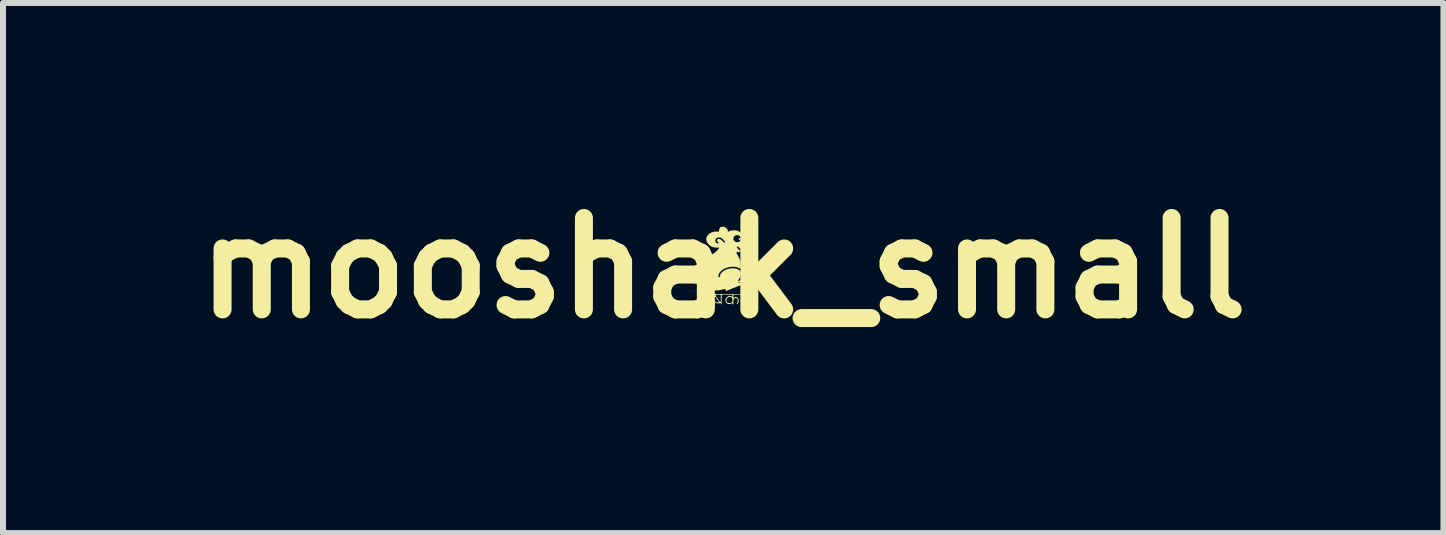
<source format=kicad_pcb>
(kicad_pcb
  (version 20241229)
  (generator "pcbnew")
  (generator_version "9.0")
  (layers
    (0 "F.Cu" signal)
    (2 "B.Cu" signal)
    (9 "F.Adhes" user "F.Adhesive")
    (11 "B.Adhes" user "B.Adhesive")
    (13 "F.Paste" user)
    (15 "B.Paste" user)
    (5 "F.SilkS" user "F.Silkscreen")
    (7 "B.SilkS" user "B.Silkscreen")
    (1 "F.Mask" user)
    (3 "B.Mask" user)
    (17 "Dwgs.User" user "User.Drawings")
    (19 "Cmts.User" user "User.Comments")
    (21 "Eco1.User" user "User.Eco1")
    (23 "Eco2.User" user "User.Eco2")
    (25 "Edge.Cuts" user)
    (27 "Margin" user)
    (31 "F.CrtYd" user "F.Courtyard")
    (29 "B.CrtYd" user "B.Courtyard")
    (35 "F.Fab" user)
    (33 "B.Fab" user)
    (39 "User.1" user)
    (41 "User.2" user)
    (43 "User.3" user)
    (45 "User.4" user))
  (footprint "mooshak_small"
    (layer "F.Cu")
    (at 9.006 1.418)
    (property "Reference" "mooshak_small" (at 0 0 0) (layer "F.SilkS") (effects (font (size 1.524 1.524) (thickness 0.3))))
    (attr board_only exclude_from_pos_files exclude_from_bom)
    (fp_poly (pts (xy -0.637 0.182) (xy -0.638 0.183) (xy -0.64 0.182) (xy -0.638 0.18)) (stroke (width 0) (type solid)) (fill yes) (layer "F.SilkS"))
    (fp_poly (pts (xy -0.627 0.355) (xy -0.628 0.357) (xy -0.63 0.355) (xy -0.628 0.353)) (stroke (width 0) (type solid)) (fill yes) (layer "F.SilkS"))
    (fp_poly (pts (xy -0.62 0.362) (xy -0.622 0.363) (xy -0.623 0.362) (xy -0.622 0.36)) (stroke (width 0) (type solid)) (fill yes) (layer "F.SilkS"))
    (fp_poly (pts (xy -0.597 0.378) (xy -0.598 0.38) (xy -0.6 0.378) (xy -0.598 0.377)) (stroke (width 0) (type solid)) (fill yes) (layer "F.SilkS"))
    (fp_poly (pts (xy -0.59 0.235) (xy -0.592 0.237) (xy -0.593 0.235) (xy -0.592 0.233)) (stroke (width 0) (type solid)) (fill yes) (layer "F.SilkS"))
    (fp_poly (pts (xy -0.58 0.288) (xy -0.582 0.29) (xy -0.583 0.288) (xy -0.582 0.287)) (stroke (width 0) (type solid)) (fill yes) (layer "F.SilkS"))
    (fp_poly (pts (xy -0.573 0.218) (xy -0.575 0.22) (xy -0.577 0.218) (xy -0.575 0.217)) (stroke (width 0) (type solid)) (fill yes) (layer "F.SilkS"))
    (fp_poly (pts (xy -0.557 0.305) (xy -0.558 0.307) (xy -0.56 0.305) (xy -0.558 0.303)) (stroke (width 0) (type solid)) (fill yes) (layer "F.SilkS"))
    (fp_poly (pts (xy -0.543 0.242) (xy -0.545 0.243) (xy -0.547 0.242) (xy -0.545 0.24)) (stroke (width 0) (type solid)) (fill yes) (layer "F.SilkS"))
    (fp_poly (pts (xy -0.527 0.218) (xy -0.528 0.22) (xy -0.53 0.218) (xy -0.528 0.217)) (stroke (width 0) (type solid)) (fill yes) (layer "F.SilkS"))
    (fp_poly (pts (xy -0.52 0.258) (xy -0.522 0.26) (xy -0.523 0.258) (xy -0.522 0.257)) (stroke (width 0) (type solid)) (fill yes) (layer "F.SilkS"))
    (fp_poly (pts (xy -0.49 0.292) (xy -0.492 0.293) (xy -0.493 0.292) (xy -0.492 0.29)) (stroke (width 0) (type solid)) (fill yes) (layer "F.SilkS"))
    (fp_poly (pts (xy -0.49 0.392) (xy -0.492 0.393) (xy -0.493 0.392) (xy -0.492 0.39)) (stroke (width 0) (type solid)) (fill yes) (layer "F.SilkS"))
    (fp_poly (pts (xy -0.483 0.182) (xy -0.485 0.183) (xy -0.487 0.182) (xy -0.485 0.18)) (stroke (width 0) (type solid)) (fill yes) (layer "F.SilkS"))
    (fp_poly (pts (xy -0.483 0.288) (xy -0.485 0.29) (xy -0.487 0.288) (xy -0.485 0.287)) (stroke (width 0) (type solid)) (fill yes) (layer "F.SilkS"))
    (fp_poly (pts (xy -0.467 0.385) (xy -0.468 0.387) (xy -0.47 0.385) (xy -0.468 0.383)) (stroke (width 0) (type solid)) (fill yes) (layer "F.SilkS"))
    (fp_poly (pts (xy -0.423 0.362) (xy -0.425 0.363) (xy -0.427 0.362) (xy -0.425 0.36)) (stroke (width 0) (type solid)) (fill yes) (layer "F.SilkS"))
    (fp_poly (pts (xy -0.383 0.318) (xy -0.385 0.32) (xy -0.387 0.318) (xy -0.385 0.317)) (stroke (width 0) (type solid)) (fill yes) (layer "F.SilkS"))
    (fp_poly (pts (xy -0.671 0.259) (xy -0.671 0.265) (xy -0.671 0.266) (xy -0.673 0.265) (xy -0.673 0.261) (xy -0.672 0.258)) (stroke (width 0) (type solid)) (fill yes) (layer "F.SilkS"))
    (fp_poly (pts (xy -0.668 0.236) (xy -0.667 0.241) (xy -0.668 0.242) (xy -0.67 0.241) (xy -0.67 0.238) (xy -0.669 0.235)) (stroke (width 0) (type solid)) (fill yes) (layer "F.SilkS"))
    (fp_poly (pts (xy -0.668 0.283) (xy -0.667 0.288) (xy -0.668 0.289) (xy -0.67 0.288) (xy -0.67 0.285) (xy -0.669 0.281)) (stroke (width 0) (type solid)) (fill yes) (layer "F.SilkS"))
    (fp_poly (pts (xy -0.614 0.164) (xy -0.615 0.166) (xy -0.617 0.167) (xy -0.619 0.165) (xy -0.619 0.164) (xy -0.615 0.164)) (stroke (width 0) (type solid)) (fill yes) (layer "F.SilkS"))
    (fp_poly (pts (xy -0.518 0.248) (xy -0.517 0.252) (xy -0.518 0.252) (xy -0.52 0.252) (xy -0.52 0.25) (xy -0.519 0.247)) (stroke (width 0) (type solid)) (fill yes) (layer "F.SilkS"))
    (fp_poly (pts (xy -0.501 0.164) (xy -0.502 0.166) (xy -0.503 0.167) (xy -0.506 0.165) (xy -0.506 0.164) (xy -0.502 0.164)) (stroke (width 0) (type solid)) (fill yes) (layer "F.SilkS"))
    (fp_poly (pts (xy -0.491 0.171) (xy -0.491 0.175) (xy -0.491 0.176) (xy -0.493 0.175) (xy -0.493 0.173) (xy -0.492 0.171)) (stroke (width 0) (type solid)) (fill yes) (layer "F.SilkS"))
    (fp_poly (pts (xy -0.478 0.388) (xy -0.478 0.39) (xy -0.48 0.39) (xy -0.483 0.389) (xy -0.482 0.388) (xy -0.478 0.387)) (stroke (width 0) (type solid)) (fill yes) (layer "F.SilkS"))
    (fp_poly (pts (xy -0.474 0.191) (xy -0.474 0.195) (xy -0.474 0.196) (xy -0.476 0.195) (xy -0.477 0.193) (xy -0.475 0.191)) (stroke (width 0) (type solid)) (fill yes) (layer "F.SilkS"))
    (fp_poly (pts (xy -0.468 0.203) (xy -0.467 0.209) (xy -0.468 0.211) (xy -0.469 0.211) (xy -0.469 0.207) (xy -0.469 0.202)) (stroke (width 0) (type solid)) (fill yes) (layer "F.SilkS"))
    (fp_poly (pts (xy -0.468 0.259) (xy -0.467 0.266) (xy -0.468 0.268) (xy -0.469 0.268) (xy -0.469 0.263) (xy -0.469 0.259)) (stroke (width 0) (type solid)) (fill yes) (layer "F.SilkS"))
    (fp_poly (pts (xy -0.464 0.248) (xy -0.464 0.252) (xy -0.464 0.252) (xy -0.466 0.252) (xy -0.467 0.25) (xy -0.465 0.247)) (stroke (width 0) (type solid)) (fill yes) (layer "F.SilkS"))
    (fp_poly (pts (xy -0.464 0.223) (xy -0.464 0.228) (xy -0.465 0.229) (xy -0.466 0.228) (xy -0.466 0.225) (xy -0.466 0.221)) (stroke (width 0) (type solid)) (fill yes) (layer "F.SilkS"))
    (fp_poly (pts (xy -0.438 0.371) (xy -0.438 0.373) (xy -0.44 0.373) (xy -0.443 0.372) (xy -0.442 0.371) (xy -0.438 0.371)) (stroke (width 0) (type solid)) (fill yes) (layer "F.SilkS"))
    (fp_poly (pts (xy -0.401 0.341) (xy -0.402 0.343) (xy -0.403 0.343) (xy -0.406 0.342) (xy -0.406 0.341) (xy -0.402 0.341)) (stroke (width 0) (type solid)) (fill yes) (layer "F.SilkS"))
    (fp_poly (pts (xy -0.388 0.324) (xy -0.387 0.328) (xy -0.388 0.329) (xy -0.39 0.328) (xy -0.39 0.327) (xy -0.389 0.324)) (stroke (width 0) (type solid)) (fill yes) (layer "F.SilkS"))
    (fp_poly (pts (xy -0.663 0.302) (xy -0.663 0.302) (xy -0.66 0.307) (xy -0.661 0.308) (xy -0.663 0.307) (xy -0.665 0.304) (xy -0.666 0.3)) (stroke (width 0) (type solid)) (fill yes) (layer "F.SilkS"))
    (fp_poly (pts (xy -0.653 0.321) (xy -0.651 0.327) (xy -0.651 0.329) (xy -0.653 0.328) (xy -0.655 0.325) (xy -0.656 0.319) (xy -0.656 0.317)) (stroke (width 0) (type solid)) (fill yes) (layer "F.SilkS"))
    (fp_poly (pts (xy -0.651 0.198) (xy -0.653 0.201) (xy -0.656 0.203) (xy -0.655 0.2) (xy -0.655 0.199) (xy -0.652 0.195) (xy -0.651 0.195)) (stroke (width 0) (type solid)) (fill yes) (layer "F.SilkS"))
    (fp_poly (pts (xy -0.641 0.341) (xy -0.637 0.344) (xy -0.637 0.345) (xy -0.638 0.347) (xy -0.642 0.344) (xy -0.642 0.343) (xy -0.642 0.341)) (stroke (width 0) (type solid)) (fill yes) (layer "F.SilkS"))
    (fp_poly (pts (xy -0.609 0.369) (xy -0.608 0.37) (xy -0.607 0.373) (xy -0.61 0.372) (xy -0.613 0.37) (xy -0.616 0.367) (xy -0.614 0.367)) (stroke (width 0) (type solid)) (fill yes) (layer "F.SilkS"))
    (fp_poly (pts (xy -0.59 0.272) (xy -0.589 0.275) (xy -0.588 0.28) (xy -0.59 0.279) (xy -0.592 0.276) (xy -0.593 0.272) (xy -0.592 0.271)) (stroke (width 0) (type solid)) (fill yes) (layer "F.SilkS"))
    (fp_poly (pts (xy -0.574 0.295) (xy -0.57 0.298) (xy -0.571 0.3) (xy -0.571 0.3) (xy -0.574 0.298) (xy -0.575 0.296) (xy -0.576 0.294)) (stroke (width 0) (type solid)) (fill yes) (layer "F.SilkS"))
    (fp_poly (pts (xy -0.515 0.155) (xy -0.51 0.158) (xy -0.511 0.16) (xy -0.513 0.16) (xy -0.518 0.158) (xy -0.518 0.157) (xy -0.518 0.155)) (stroke (width 0) (type solid)) (fill yes) (layer "F.SilkS"))
    (fp_poly (pts (xy -0.452 0.377) (xy -0.453 0.38) (xy -0.456 0.382) (xy -0.46 0.383) (xy -0.458 0.38) (xy -0.458 0.38) (xy -0.453 0.377)) (stroke (width 0) (type solid)) (fill yes) (layer "F.SilkS"))
    (fp_poly (pts (xy -0.625 0.17) (xy -0.625 0.171) (xy -0.628 0.175) (xy -0.632 0.177) (xy -0.633 0.175) (xy -0.631 0.173) (xy -0.628 0.17) (xy -0.625 0.168)) (stroke (width 0) (type solid)) (fill yes) (layer "F.SilkS"))
    (fp_poly (pts (xy -0.591 0.155) (xy -0.595 0.157) (xy -0.602 0.159) (xy -0.606 0.16) (xy -0.605 0.158) (xy -0.603 0.157) (xy -0.596 0.154) (xy -0.593 0.154)) (stroke (width 0) (type solid)) (fill yes) (layer "F.SilkS"))
    (fp_poly (pts (xy -0.581 0.222) (xy -0.583 0.224) (xy -0.588 0.229) (xy -0.59 0.229) (xy -0.59 0.229) (xy -0.588 0.226) (xy -0.584 0.223) (xy -0.58 0.22)) (stroke (width 0) (type solid)) (fill yes) (layer "F.SilkS"))
    (fp_poly (pts (xy -0.574 0.386) (xy -0.572 0.387) (xy -0.568 0.389) (xy -0.57 0.39) (xy -0.577 0.388) (xy -0.58 0.387) (xy -0.583 0.384) (xy -0.58 0.384)) (stroke (width 0) (type solid)) (fill yes) (layer "F.SilkS"))
    (fp_poly (pts (xy -0.551 0.242) (xy -0.552 0.243) (xy -0.555 0.247) (xy -0.555 0.247) (xy -0.556 0.245) (xy -0.555 0.243) (xy -0.552 0.24) (xy -0.551 0.24)) (stroke (width 0) (type solid)) (fill yes) (layer "F.SilkS"))
    (fp_poly (pts (xy -0.519 0.395) (xy -0.519 0.396) (xy -0.524 0.396) (xy -0.525 0.396) (xy -0.53 0.396) (xy -0.53 0.395) (xy -0.529 0.394) (xy -0.522 0.394)) (stroke (width 0) (type solid)) (fill yes) (layer "F.SilkS"))
    (fp_poly (pts (xy -0.474 0.275) (xy -0.473 0.276) (xy -0.476 0.281) (xy -0.477 0.282) (xy -0.48 0.282) (xy -0.48 0.28) (xy -0.478 0.276) (xy -0.477 0.275)) (stroke (width 0) (type solid)) (fill yes) (layer "F.SilkS"))
    (fp_poly (pts (xy -0.411 0.352) (xy -0.412 0.353) (xy -0.415 0.357) (xy -0.415 0.357) (xy -0.416 0.355) (xy -0.415 0.353) (xy -0.412 0.35) (xy -0.411 0.35)) (stroke (width 0) (type solid)) (fill yes) (layer "F.SilkS"))
    (fp_poly (pts (xy -0.393 0.333) (xy -0.393 0.333) (xy -0.396 0.337) (xy -0.397 0.337) (xy -0.399 0.335) (xy -0.398 0.333) (xy -0.395 0.33) (xy -0.395 0.33)) (stroke (width 0) (type solid)) (fill yes) (layer "F.SilkS"))
    (fp_poly (pts (xy -0.658 0.209) (xy -0.66 0.214) (xy -0.66 0.216) (xy -0.663 0.223) (xy -0.666 0.227) (xy -0.666 0.225) (xy -0.665 0.219) (xy -0.662 0.212) (xy -0.66 0.208)) (stroke (width 0) (type solid)) (fill yes) (layer "F.SilkS"))
    (fp_poly (pts (xy -0.522 0.225) (xy -0.52 0.228) (xy -0.518 0.234) (xy -0.518 0.238) (xy -0.519 0.24) (xy -0.52 0.238) (xy -0.521 0.231) (xy -0.522 0.228) (xy -0.523 0.224)) (stroke (width 0) (type solid)) (fill yes) (layer "F.SilkS"))
    (fp_poly (pts (xy -0.37 0.295) (xy -0.372 0.3) (xy -0.375 0.307) (xy -0.378 0.312) (xy -0.38 0.312) (xy -0.38 0.312) (xy -0.378 0.307) (xy -0.375 0.3) (xy -0.372 0.295) (xy -0.37 0.295)) (stroke (width 0) (type solid)) (fill yes) (layer "F.SilkS"))
    (fp_poly (pts (xy -0.548 0.148) (xy -0.548 0.148) (xy -0.544 0.148) (xy -0.547 0.149) (xy -0.555 0.149) (xy -0.558 0.149) (xy -0.568 0.149) (xy -0.573 0.148) (xy -0.572 0.148) (xy -0.571 0.148) (xy -0.56 0.147)) (stroke (width 0) (type solid)) (fill yes) (layer "F.SilkS"))
    (fp_poly (pts (xy -0.544 0.207) (xy -0.539 0.209) (xy -0.539 0.209) (xy -0.54 0.211) (xy -0.547 0.212) (xy -0.548 0.212) (xy -0.556 0.211) (xy -0.56 0.209) (xy -0.56 0.209) (xy -0.557 0.207) (xy -0.551 0.207)) (stroke (width 0) (type solid)) (fill yes) (layer "F.SilkS"))
    (fp_poly (pts (xy -0.529 0.262) (xy -0.53 0.263) (xy -0.535 0.265) (xy -0.541 0.266) (xy -0.547 0.267) (xy -0.55 0.266) (xy -0.55 0.266) (xy -0.546 0.264) (xy -0.538 0.262) (xy -0.537 0.262) (xy -0.53 0.261)) (stroke (width 0) (type solid)) (fill yes) (layer "F.SilkS"))
    (fp_poly (pts (xy -0.51 0.304) (xy -0.512 0.305) (xy -0.522 0.308) (xy -0.534 0.309) (xy -0.535 0.309) (xy -0.542 0.309) (xy -0.544 0.309) (xy -0.54 0.308) (xy -0.532 0.307) (xy -0.521 0.305) (xy -0.511 0.303) (xy -0.508 0.302) (xy -0.506 0.302)) (stroke (width 0) (type solid)) (fill yes) (layer "F.SilkS"))
    (fp_poly (pts (xy 0.282 -0.495) (xy 0.285 -0.491) (xy 0.287 -0.484) (xy 0.286 -0.478) (xy 0.284 -0.474) (xy 0.277 -0.468) (xy 0.269 -0.467) (xy 0.264 -0.471) (xy 0.261 -0.477) (xy 0.26 -0.483) (xy 0.262 -0.493) (xy 0.268 -0.499) (xy 0.275 -0.5)) (stroke (width 0) (type solid)) (fill yes) (layer "F.SilkS"))
    (fp_poly (pts (xy -0.226 0.432) (xy -0.182 0.432) (xy -0.132 0.432) (xy -0.075 0.433) (xy -0.073 0.433) (xy -0.024 0.433) (xy 0.023 0.433) (xy 0.067 0.433) (xy 0.109 0.433) (xy 0.147 0.433) (xy 0.182 0.434) (xy 0.213 0.434) (xy 0.24 0.434) (xy 0.262 0.434) (xy 0.278 0.435) (xy 0.288 0.435) (xy 0.293 0.435) (xy 0.293 0.435) (xy 0.295 0.438) (xy 0.295 0.44) (xy 0.291 0.441) (xy 0.281 0.442) (xy 0.265 0.443) (xy 0.245 0.443) (xy 0.233 0.443) (xy 0.21 0.444) (xy 0.193 0.444) (xy 0.182 0.445) (xy 0.175 0.446) (xy 0.172 0.447) (xy 0.172 0.448) (xy 0.17 0.456) (xy 0.169 0.467) (xy 0.168 0.479) (xy 0.169 0.488) (xy 0.17 0.493) (xy 0.172 0.496) (xy 0.176 0.496) (xy 0.183 0.492) (xy 0.192 0.487) (xy 0.201 0.482) (xy 0.21 0.481) (xy 0.221 0.483) (xy 0.227 0.485) (xy 0.24 0.494) (xy 0.25 0.508) (xy 0.256 0.525) (xy 0.258 0.544) (xy 0.255 0.565) (xy 0.247 0.586) (xy 0.246 0.589) (xy 0.241 0.598) (xy 0.236 0.602) (xy 0.232 0.603) (xy 0.227 0.6) (xy 0.226 0.594) (xy 0.228 0.587) (xy 0.229 0.584) (xy 0.234 0.577) (xy 0.238 0.565) (xy 0.24 0.549) (xy 0.239 0.537) (xy 0.238 0.524) (xy 0.237 0.516) (xy 0.234 0.51) (xy 0.229 0.505) (xy 0.217 0.498) (xy 0.205 0.498) (xy 0.193 0.503) (xy 0.184 0.512) (xy 0.177 0.521) (xy 0.173 0.532) (xy 0.17 0.548) (xy 0.17 0.568) (xy 0.17 0.57) (xy 0.169 0.587) (xy 0.169 0.598) (xy 0.167 0.605) (xy 0.165 0.608) (xy 0.165 0.608) (xy 0.159 0.607) (xy 0.154 0.6) (xy 0.152 0.593) (xy 0.15 0.583) (xy 0.133 0.592) (xy 0.115 0.598) (xy 0.099 0.6) (xy 0.082 0.599) (xy 0.07 0.596) (xy 0.061 0.589) (xy 0.057 0.585) (xy 0.047 0.576) (xy 0.042 0.568) (xy 0.039 0.559) (xy 0.038 0.547) (xy 0.037 0.545) (xy 0.037 0.538) (xy 0.053 0.538) (xy 0.054 0.553) (xy 0.057 0.561) (xy 0.066 0.573) (xy 0.078 0.58) (xy 0.093 0.583) (xy 0.099 0.583) (xy 0.112 0.583) (xy 0.125 0.58) (xy 0.131 0.579) (xy 0.141 0.574) (xy 0.147 0.569) (xy 0.151 0.561) (xy 0.153 0.551) (xy 0.153 0.535) (xy 0.153 0.533) (xy 0.153 0.518) (xy 0.152 0.507) (xy 0.151 0.505) (xy 0.173 0.505) (xy 0.175 0.507) (xy 0.177 0.505) (xy 0.175 0.503) (xy 0.173 0.505) (xy 0.151 0.505) (xy 0.148 0.499) (xy 0.142 0.494) (xy 0.132 0.488) (xy 0.13 0.487) (xy 0.112 0.481) (xy 0.095 0.482) (xy 0.08 0.489) (xy 0.066 0.501) (xy 0.061 0.51) (xy 0.056 0.523) (xy 0.053 0.538) (xy 0.037 0.538) (xy 0.037 0.532) (xy 0.038 0.521) (xy 0.042 0.511) (xy 0.044 0.509) (xy 0.055 0.491) (xy 0.07 0.477) (xy 0.086 0.468) (xy 0.103 0.464) (xy 0.12 0.465) (xy 0.136 0.472) (xy 0.146 0.477) (xy 0.152 0.476) (xy 0.155 0.47) (xy 0.155 0.458) (xy 0.155 0.457) (xy 0.152 0.443) (xy 0.065 0.443) (xy 0.041 0.443) (xy 0.02 0.444) (xy 0.002 0.444) (xy -0.012 0.445) (xy -0.021 0.446) (xy -0.025 0.446) (xy -0.025 0.45) (xy -0.026 0.46) (xy -0.026 0.474) (xy -0.026 0.493) (xy -0.027 0.514) (xy -0.027 0.528) (xy -0.027 0.553) (xy -0.027 0.572) (xy -0.027 0.586) (xy -0.028 0.595) (xy -0.029 0.602) (xy -0.03 0.605) (xy -0.031 0.606) (xy -0.033 0.607) (xy -0.034 0.607) (xy -0.039 0.604) (xy -0.041 0.595) (xy -0.04 0.587) (xy -0.042 0.585) (xy -0.048 0.584) (xy -0.06 0.586) (xy -0.075 0.59) (xy -0.086 0.591) (xy -0.098 0.591) (xy -0.109 0.588) (xy -0.128 0.58) (xy -0.144 0.567) (xy -0.157 0.549) (xy -0.162 0.535) (xy -0.164 0.525) (xy -0.165 0.516) (xy -0.165 0.513) (xy -0.147 0.513) (xy -0.145 0.534) (xy -0.137 0.552) (xy -0.125 0.565) (xy -0.115 0.57) (xy -0.102 0.575) (xy -0.09 0.576) (xy -0.079 0.575) (xy -0.074 0.572) (xy -0.072 0.566) (xy -0.073 0.56) (xy -0.076 0.557) (xy -0.077 0.557) (xy -0.08 0.554) (xy -0.08 0.552) (xy -0.081 0.547) (xy -0.083 0.546) (xy -0.085 0.543) (xy -0.091 0.536) (xy -0.099 0.525) (xy -0.108 0.512) (xy -0.108 0.511) (xy -0.117 0.498) (xy -0.125 0.487) (xy -0.132 0.48) (xy -0.135 0.477) (xy -0.135 0.477) (xy -0.139 0.48) (xy -0.143 0.488) (xy -0.146 0.498) (xy -0.147 0.51) (xy -0.147 0.513) (xy -0.165 0.513) (xy -0.164 0.507) (xy -0.162 0.495) (xy -0.158 0.483) (xy -0.155 0.472) (xy -0.152 0.466) (xy -0.148 0.457) (xy -0.126 0.457) (xy -0.123 0.464) (xy -0.117 0.474) (xy -0.112 0.482) (xy -0.103 0.494) (xy -0.093 0.509) (xy -0.083 0.525) (xy -0.078 0.533) (xy -0.067 0.548) (xy -0.059 0.558) (xy -0.053 0.563) (xy -0.048 0.563) (xy -0.044 0.558) (xy -0.044 0.557) (xy -0.042 0.552) (xy -0.041 0.541) (xy -0.041 0.527) (xy -0.041 0.511) (xy -0.041 0.494) (xy -0.041 0.478) (xy -0.042 0.463) (xy -0.043 0.453) (xy -0.044 0.447) (xy -0.045 0.446) (xy -0.05 0.444) (xy -0.061 0.444) (xy -0.075 0.443) (xy -0.089 0.444) (xy -0.103 0.445) (xy -0.114 0.446) (xy -0.12 0.448) (xy -0.121 0.448) (xy -0.125 0.452) (xy -0.126 0.457) (xy -0.148 0.457) (xy -0.148 0.457) (xy -0.147 0.451) (xy -0.147 0.448) (xy -0.149 0.445) (xy -0.153 0.444) (xy -0.16 0.444) (xy -0.173 0.443) (xy -0.183 0.443) (xy -0.198 0.444) (xy -0.211 0.444) (xy -0.22 0.445) (xy -0.224 0.445) (xy -0.225 0.447) (xy -0.226 0.451) (xy -0.227 0.46) (xy -0.228 0.472) (xy -0.228 0.489) (xy -0.228 0.512) (xy -0.228 0.526) (xy -0.228 0.555) (xy -0.228 0.579) (xy -0.228 0.595) (xy -0.229 0.606) (xy -0.231 0.609) (xy -0.232 0.613) (xy -0.228 0.616) (xy -0.2 0.628) (xy -0.177 0.646) (xy -0.158 0.669) (xy -0.156 0.673) (xy -0.15 0.683) (xy -0.147 0.689) (xy -0.149 0.692) (xy -0.154 0.694) (xy -0.154 0.695) (xy -0.163 0.695) (xy -0.166 0.691) (xy -0.167 0.689) (xy -0.168 0.684) (xy -0.169 0.683) (xy -0.172 0.68) (xy -0.178 0.673) (xy -0.184 0.667) (xy -0.185 0.665) (xy -0.177 0.665) (xy -0.175 0.667) (xy -0.173 0.665) (xy -0.175 0.663) (xy -0.177 0.665) (xy -0.185 0.665) (xy -0.199 0.652) (xy -0.216 0.641) (xy -0.234 0.634) (xy -0.247 0.632) (xy -0.261 0.634) (xy -0.272 0.637) (xy -0.279 0.643) (xy -0.28 0.647) (xy -0.282 0.654) (xy -0.284 0.657) (xy -0.287 0.66) (xy -0.284 0.662) (xy -0.281 0.667) (xy -0.28 0.67) (xy -0.277 0.678) (xy -0.271 0.682) (xy -0.261 0.683) (xy -0.251 0.678) (xy -0.25 0.678) (xy -0.244 0.675) (xy -0.241 0.675) (xy -0.24 0.677) (xy -0.237 0.685) (xy -0.24 0.692) (xy -0.244 0.695) (xy -0.256 0.7) (xy -0.271 0.698) (xy -0.279 0.695) (xy -0.29 0.686) (xy -0.297 0.674) (xy -0.3 0.66) (xy -0.297 0.646) (xy -0.29 0.633) (xy -0.279 0.624) (xy -0.268 0.62) (xy -0.257 0.617) (xy -0.245 0.615) (xy -0.245 0.525) (xy -0.263 0.522) (xy -0.277 0.521) (xy -0.287 0.522) (xy -0.292 0.528) (xy -0.295 0.537) (xy -0.295 0.54) (xy -0.299 0.561) (xy -0.308 0.578) (xy -0.32 0.591) (xy -0.337 0.598) (xy -0.352 0.6) (xy -0.368 0.598) (xy -0.382 0.591) (xy -0.392 0.58) (xy -0.396 0.569) (xy -0.375 0.569) (xy -0.371 0.577) (xy -0.362 0.582) (xy -0.351 0.583) (xy -0.34 0.583) (xy -0.333 0.579) (xy -0.326 0.573) (xy -0.318 0.561) (xy -0.313 0.547) (xy -0.31 0.533) (xy -0.311 0.529) (xy -0.314 0.523) (xy -0.321 0.52) (xy -0.331 0.521) (xy -0.342 0.525) (xy -0.353 0.531) (xy -0.363 0.54) (xy -0.37 0.549) (xy -0.373 0.556) (xy -0.375 0.569) (xy -0.396 0.569) (xy -0.396 0.567) (xy -0.397 0.563) (xy -0.395 0.553) (xy -0.39 0.542) (xy -0.383 0.531) (xy -0.375 0.522) (xy -0.367 0.516) (xy -0.361 0.515) (xy -0.361 0.515) (xy -0.358 0.515) (xy -0.358 0.514) (xy -0.356 0.511) (xy -0.35 0.508) (xy -0.341 0.506) (xy -0.332 0.504) (xy -0.327 0.503) (xy -0.318 0.502) (xy -0.314 0.5) (xy -0.311 0.498) (xy -0.309 0.495) (xy -0.31 0.489) (xy -0.312 0.478) (xy -0.313 0.474) (xy -0.316 0.462) (xy -0.318 0.455) (xy -0.301 0.455) (xy -0.3 0.465) (xy -0.297 0.478) (xy -0.294 0.491) (xy -0.291 0.498) (xy -0.288 0.501) (xy -0.283 0.503) (xy -0.28 0.504) (xy -0.268 0.505) (xy -0.257 0.506) (xy -0.245 0.505) (xy -0.245 0.445) (xy -0.273 0.445) (xy -0.287 0.445) (xy -0.296 0.446) (xy -0.3 0.449) (xy -0.301 0.455) (xy -0.318 0.455) (xy -0.319 0.453) (xy -0.321 0.448) (xy -0.324 0.446) (xy -0.332 0.445) (xy -0.345 0.444) (xy -0.364 0.443) (xy -0.379 0.443) (xy -0.399 0.443) (xy -0.414 0.443) (xy -0.423 0.443) (xy -0.429 0.442) (xy -0.432 0.44) (xy -0.433 0.438) (xy -0.433 0.438) (xy -0.433 0.437) (xy -0.432 0.436) (xy -0.43 0.435) (xy -0.426 0.434) (xy -0.421 0.434) (xy -0.413 0.433) (xy -0.403 0.433) (xy -0.389 0.433) (xy -0.373 0.433) (xy -0.352 0.432) (xy -0.328 0.432) (xy -0.299 0.432) (xy -0.265 0.432)) (stroke (width 0) (type solid)) (fill yes) (layer "F.SilkS"))
    (fp_poly (pts (xy 0.018 -0.685) (xy 0.028 -0.68) (xy 0.049 -0.667) (xy 0.064 -0.652) (xy 0.073 -0.637) (xy 0.076 -0.619) (xy 0.077 -0.614) (xy 0.077 -0.606) (xy 0.08 -0.604) (xy 0.087 -0.607) (xy 0.088 -0.608) (xy 0.094 -0.612) (xy 0.105 -0.616) (xy 0.116 -0.621) (xy 0.132 -0.625) (xy 0.152 -0.627) (xy 0.174 -0.629) (xy 0.195 -0.629) (xy 0.215 -0.627) (xy 0.232 -0.625) (xy 0.24 -0.622) (xy 0.265 -0.609) (xy 0.289 -0.59) (xy 0.312 -0.567) (xy 0.33 -0.544) (xy 0.346 -0.522) (xy 0.361 -0.506) (xy 0.375 -0.496) (xy 0.389 -0.492) (xy 0.403 -0.493) (xy 0.406 -0.494) (xy 0.414 -0.498) (xy 0.418 -0.503) (xy 0.42 -0.512) (xy 0.422 -0.522) (xy 0.427 -0.526) (xy 0.428 -0.526) (xy 0.441 -0.525) (xy 0.455 -0.518) (xy 0.459 -0.515) (xy 0.464 -0.509) (xy 0.467 -0.504) (xy 0.468 -0.497) (xy 0.468 -0.485) (xy 0.468 -0.481) (xy 0.468 -0.468) (xy 0.467 -0.46) (xy 0.464 -0.454) (xy 0.46 -0.449) (xy 0.46 -0.448) (xy 0.448 -0.44) (xy 0.437 -0.436) (xy 0.426 -0.438) (xy 0.423 -0.44) (xy 0.415 -0.445) (xy 0.41 -0.444) (xy 0.406 -0.437) (xy 0.406 -0.435) (xy 0.395 -0.404) (xy 0.383 -0.376) (xy 0.369 -0.353) (xy 0.355 -0.335) (xy 0.34 -0.322) (xy 0.333 -0.319) (xy 0.317 -0.314) (xy 0.302 -0.315) (xy 0.291 -0.319) (xy 0.283 -0.324) (xy 0.273 -0.331) (xy 0.264 -0.339) (xy 0.257 -0.347) (xy 0.254 -0.352) (xy 0.253 -0.353) (xy 0.251 -0.357) (xy 0.244 -0.358) (xy 0.237 -0.357) (xy 0.236 -0.357) (xy 0.231 -0.35) (xy 0.231 -0.342) (xy 0.237 -0.331) (xy 0.247 -0.32) (xy 0.263 -0.306) (xy 0.278 -0.296) (xy 0.291 -0.291) (xy 0.297 -0.29) (xy 0.305 -0.29) (xy 0.297 -0.283) (xy 0.289 -0.279) (xy 0.283 -0.277) (xy 0.276 -0.275) (xy 0.275 -0.273) (xy 0.27 -0.271) (xy 0.261 -0.269) (xy 0.248 -0.266) (xy 0.245 -0.266) (xy 0.233 -0.263) (xy 0.223 -0.261) (xy 0.218 -0.258) (xy 0.218 -0.258) (xy 0.218 -0.253) (xy 0.223 -0.245) (xy 0.224 -0.243) (xy 0.229 -0.235) (xy 0.236 -0.223) (xy 0.244 -0.209) (xy 0.25 -0.197) (xy 0.257 -0.182) (xy 0.263 -0.17) (xy 0.268 -0.16) (xy 0.27 -0.156) (xy 0.273 -0.147) (xy 0.273 -0.143) (xy 0.274 -0.138) (xy 0.276 -0.137) (xy 0.278 -0.134) (xy 0.28 -0.125) (xy 0.282 -0.113) (xy 0.285 -0.099) (xy 0.287 -0.084) (xy 0.289 -0.07) (xy 0.29 -0.058) (xy 0.29 -0.052) (xy 0.289 -0.04) (xy 0.288 -0.027) (xy 0.286 -0.013) (xy 0.284 -0.002) (xy 0.282 0.007) (xy 0.28 0.01) (xy 0.279 0.01) (xy 0.275 0.008) (xy 0.268 0.004) (xy 0.264 0.002) (xy 0.253 -0.004) (xy 0.241 -0.009) (xy 0.239 -0.01) (xy 0.227 -0.013) (xy 0.216 -0.017) (xy 0.216 -0.017) (xy 0.207 -0.018) (xy 0.193 -0.019) (xy 0.176 -0.02) (xy 0.157 -0.02) (xy 0.138 -0.019) (xy 0.121 -0.019) (xy 0.107 -0.017) (xy 0.101 -0.016) (xy 0.061 -0.005) (xy 0.028 0.007) (xy -0.001 0.022) (xy -0.025 0.039) (xy -0.046 0.06) (xy -0.061 0.078) (xy -0.069 0.092) (xy -0.074 0.104) (xy -0.077 0.118) (xy -0.078 0.135) (xy -0.078 0.146) (xy -0.077 0.152) (xy -0.075 0.155) (xy -0.072 0.155) (xy -0.064 0.154) (xy -0.059 0.148) (xy -0.055 0.138) (xy -0.055 0.134) (xy -0.051 0.119) (xy -0.046 0.104) (xy -0.04 0.091) (xy -0.036 0.085) (xy -0.013 0.061) (xy 0.015 0.041) (xy 0.048 0.025) (xy 0.087 0.013) (xy 0.093 0.011) (xy 0.112 0.008) (xy 0.134 0.006) (xy 0.157 0.005) (xy 0.18 0.006) (xy 0.2 0.007) (xy 0.216 0.01) (xy 0.22 0.011) (xy 0.242 0.02) (xy 0.261 0.031) (xy 0.275 0.044) (xy 0.281 0.053) (xy 0.285 0.06) (xy 0.288 0.067) (xy 0.292 0.078) (xy 0.293 0.094) (xy 0.292 0.112) (xy 0.288 0.132) (xy 0.283 0.15) (xy 0.276 0.166) (xy 0.273 0.17) (xy 0.265 0.182) (xy 0.255 0.194) (xy 0.252 0.198) (xy 0.246 0.206) (xy 0.242 0.212) (xy 0.242 0.214) (xy 0.246 0.216) (xy 0.253 0.215) (xy 0.26 0.212) (xy 0.263 0.21) (xy 0.268 0.207) (xy 0.277 0.206) (xy 0.288 0.206) (xy 0.298 0.208) (xy 0.305 0.21) (xy 0.305 0.211) (xy 0.309 0.218) (xy 0.307 0.224) (xy 0.299 0.228) (xy 0.298 0.228) (xy 0.284 0.232) (xy 0.271 0.235) (xy 0.261 0.239) (xy 0.254 0.242) (xy 0.253 0.244) (xy 0.256 0.245) (xy 0.265 0.246) (xy 0.276 0.247) (xy 0.279 0.247) (xy 0.298 0.248) (xy 0.313 0.251) (xy 0.323 0.256) (xy 0.329 0.262) (xy 0.328 0.268) (xy 0.322 0.274) (xy 0.31 0.28) (xy 0.304 0.282) (xy 0.291 0.286) (xy 0.274 0.292) (xy 0.256 0.299) (xy 0.238 0.306) (xy 0.222 0.312) (xy 0.215 0.315) (xy 0.207 0.319) (xy 0.195 0.324) (xy 0.183 0.328) (xy 0.173 0.332) (xy 0.158 0.338) (xy 0.14 0.346) (xy 0.12 0.354) (xy 0.108 0.359) (xy 0.086 0.368) (xy 0.069 0.375) (xy 0.057 0.379) (xy 0.049 0.382) (xy 0.044 0.382) (xy 0.041 0.381) (xy 0.04 0.378) (xy 0.04 0.374) (xy 0.04 0.372) (xy 0.039 0.359) (xy 0.036 0.352) (xy 0.03 0.35) (xy 0.025 0.351) (xy 0.015 0.353) (xy 0.001 0.356) (xy -0.008 0.358) (xy -0.023 0.362) (xy -0.037 0.365) (xy -0.048 0.366) (xy -0.051 0.367) (xy -0.06 0.368) (xy -0.065 0.37) (xy -0.07 0.372) (xy -0.082 0.372) (xy -0.099 0.373) (xy -0.122 0.373) (xy -0.13 0.373) (xy -0.165 0.371) (xy -0.194 0.369) (xy -0.219 0.365) (xy -0.24 0.36) (xy -0.26 0.353) (xy -0.279 0.343) (xy -0.297 0.332) (xy -0.31 0.323) (xy -0.324 0.312) (xy -0.337 0.302) (xy -0.347 0.293) (xy -0.351 0.289) (xy -0.356 0.284) (xy -0.361 0.285) (xy -0.364 0.286) (xy -0.368 0.288) (xy -0.368 0.287) (xy -0.367 0.279) (xy -0.372 0.268) (xy -0.382 0.255) (xy -0.382 0.255) (xy -0.401 0.229) (xy -0.416 0.198) (xy -0.426 0.164) (xy -0.43 0.127) (xy -0.431 0.112) (xy -0.43 0.089) (xy -0.427 0.067) (xy -0.422 0.044) (xy -0.414 0.018) (xy -0.407 0.000093) (xy -0.399 -0.018) (xy -0.387 -0.039) (xy -0.373 -0.062) (xy -0.357 -0.083) (xy -0.342 -0.103) (xy -0.329 -0.117) (xy -0.313 -0.133) (xy -0.296 -0.148) (xy -0.281 -0.161) (xy -0.268 -0.172) (xy -0.258 -0.18) (xy -0.252 -0.183) (xy -0.251 -0.183) (xy -0.246 -0.186) (xy -0.246 -0.186) (xy -0.243 -0.189) (xy -0.235 -0.195) (xy -0.225 -0.202) (xy -0.212 -0.21) (xy -0.199 -0.218) (xy -0.187 -0.226) (xy -0.177 -0.232) (xy -0.177 -0.232) (xy -0.152 -0.248) (xy -0.126 -0.269) (xy -0.101 -0.294) (xy -0.08 -0.318) (xy -0.073 -0.328) (xy -0.07 -0.335) (xy -0.073 -0.339) (xy -0.081 -0.341) (xy -0.095 -0.341) (xy -0.1 -0.341) (xy -0.121 -0.341) (xy -0.142 -0.343) (xy -0.161 -0.346) (xy -0.176 -0.35) (xy -0.18 -0.352) (xy -0.187 -0.356) (xy -0.191 -0.357) (xy -0.197 -0.359) (xy -0.205 -0.364) (xy -0.215 -0.37) (xy -0.225 -0.378) (xy -0.234 -0.385) (xy -0.237 -0.387) (xy -0.258 -0.413) (xy -0.273 -0.438) (xy -0.281 -0.461) (xy -0.281 -0.462) (xy -0.132 -0.462) (xy -0.131 -0.448) (xy -0.127 -0.435) (xy -0.119 -0.424) (xy -0.109 -0.416) (xy -0.099 -0.411) (xy -0.089 -0.41) (xy -0.081 -0.414) (xy -0.081 -0.414) (xy -0.077 -0.423) (xy -0.079 -0.43) (xy -0.087 -0.436) (xy -0.09 -0.437) (xy -0.101 -0.442) (xy -0.106 -0.45) (xy -0.106 -0.458) (xy -0.097 -0.458) (xy -0.095 -0.457) (xy -0.093 -0.458) (xy -0.095 -0.46) (xy -0.097 -0.458) (xy -0.106 -0.458) (xy -0.105 -0.461) (xy -0.099 -0.472) (xy -0.092 -0.48) (xy -0.082 -0.486) (xy -0.081 -0.486) (xy -0.074 -0.488) (xy -0.068 -0.488) (xy -0.06 -0.485) (xy -0.052 -0.481) (xy -0.038 -0.473) (xy -0.023 -0.461) (xy -0.008 -0.447) (xy 0.004 -0.433) (xy 0.005 -0.431) (xy 0.012 -0.425) (xy 0.02 -0.424) (xy 0.026 -0.427) (xy 0.029 -0.434) (xy 0.029 -0.439) (xy 0.025 -0.445) (xy 0.018 -0.454) (xy 0.008 -0.466) (xy -0.007 -0.48) (xy 0.169 -0.48) (xy 0.173 -0.467) (xy 0.185 -0.45) (xy 0.199 -0.438) (xy 0.217 -0.432) (xy 0.237 -0.431) (xy 0.251 -0.432) (xy 0.262 -0.436) (xy 0.272 -0.441) (xy 0.281 -0.449) (xy 0.286 -0.455) (xy 0.44 -0.455) (xy 0.442 -0.453) (xy 0.443 -0.455) (xy 0.442 -0.457) (xy 0.44 -0.455) (xy 0.286 -0.455) (xy 0.288 -0.458) (xy 0.289 -0.461) (xy 0.293 -0.47) (xy 0.297 -0.477) (xy 0.297 -0.477) (xy 0.298 -0.484) (xy 0.296 -0.495) (xy 0.293 -0.507) (xy 0.289 -0.518) (xy 0.288 -0.52) (xy 0.278 -0.531) (xy 0.264 -0.54) (xy 0.247 -0.547) (xy 0.235 -0.55) (xy 0.225 -0.549) (xy 0.217 -0.547) (xy 0.208 -0.544) (xy 0.201 -0.542) (xy 0.2 -0.541) (xy 0.196 -0.537) (xy 0.192 -0.535) (xy 0.181 -0.526) (xy 0.174 -0.512) (xy 0.17 -0.496) (xy 0.169 -0.48) (xy -0.007 -0.48) (xy -0.01 -0.483) (xy -0.025 -0.496) (xy -0.04 -0.504) (xy -0.053 -0.509) (xy -0.068 -0.51) (xy -0.069 -0.51) (xy -0.087 -0.509) (xy -0.101 -0.504) (xy -0.112 -0.496) (xy -0.117 -0.491) (xy -0.128 -0.476) (xy -0.132 -0.462) (xy -0.281 -0.462) (xy -0.283 -0.485) (xy -0.279 -0.507) (xy -0.274 -0.521) (xy -0.261 -0.543) (xy -0.246 -0.561) (xy -0.225 -0.577) (xy -0.223 -0.578) (xy -0.207 -0.587) (xy -0.192 -0.595) (xy -0.176 -0.6) (xy -0.156 -0.604) (xy -0.151 -0.605) (xy -0.133 -0.608) (xy -0.117 -0.609) (xy -0.099 -0.608) (xy -0.078 -0.606) (xy -0.075 -0.606) (xy -0.072 -0.609) (xy -0.071 -0.616) (xy -0.07 -0.626) (xy -0.066 -0.646) (xy -0.059 -0.663) (xy -0.05 -0.677) (xy -0.04 -0.684) (xy -0.022 -0.689) (xy -0.002 -0.69)) (stroke (width 0) (type solid)) (fill yes) (layer "F.SilkS")))
  (gr_rect
    (start -3 -3)
    (end 21.012 5.836)
    (stroke (width 0.1) (type default))
    (fill no)
    (layer "Edge.Cuts")))
</source>
